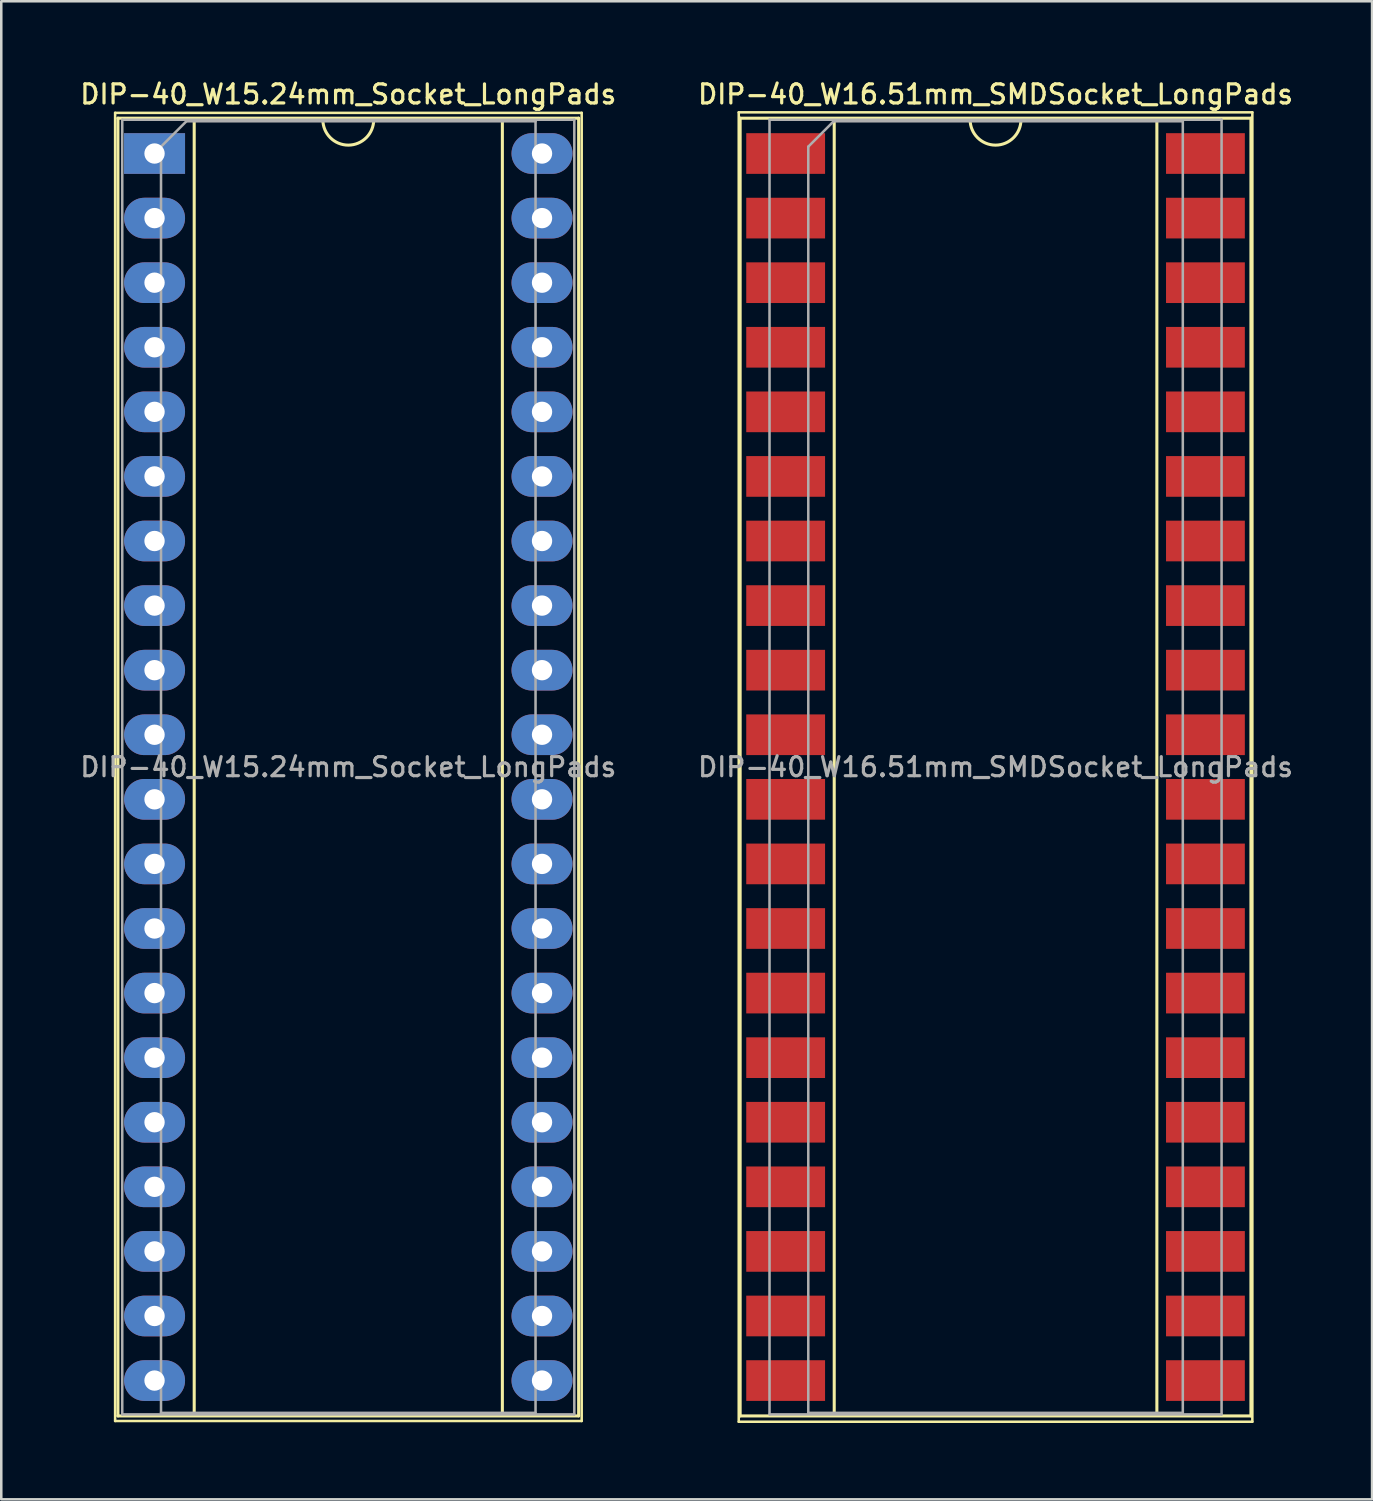
<source format=kicad_pcb>
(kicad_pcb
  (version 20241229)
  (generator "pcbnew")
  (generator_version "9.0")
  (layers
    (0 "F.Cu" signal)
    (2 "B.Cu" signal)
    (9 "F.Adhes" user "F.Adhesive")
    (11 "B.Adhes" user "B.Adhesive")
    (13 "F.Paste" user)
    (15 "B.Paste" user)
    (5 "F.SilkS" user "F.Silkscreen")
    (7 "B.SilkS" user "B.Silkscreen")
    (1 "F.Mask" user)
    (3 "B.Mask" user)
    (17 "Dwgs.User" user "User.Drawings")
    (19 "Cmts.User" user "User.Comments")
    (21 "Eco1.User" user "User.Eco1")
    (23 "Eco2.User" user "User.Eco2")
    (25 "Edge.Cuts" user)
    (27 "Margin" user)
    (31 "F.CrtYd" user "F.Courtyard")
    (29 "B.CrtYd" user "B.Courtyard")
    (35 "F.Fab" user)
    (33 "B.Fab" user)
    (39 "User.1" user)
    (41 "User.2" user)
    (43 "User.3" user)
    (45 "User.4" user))
  (footprint "DIP-40_W16.51mm_SMDSocket_LongPads"
    (layer "F.Cu")
    (at 36.105 27.118)
    (property "Reference" "DIP-40_W16.51mm_SMDSocket_LongPads" (at 0 -26.46 0) (layer "F.SilkS") (effects (font (size 0.75 0.75) (thickness 0.125))))
    (attr smd)
    (fp_line (start -10.1 -25.75) (end -10.1 25.75) (stroke (width 0.1) (type solid)) (layer "F.SilkS"))
    (fp_line (start -10.1 25.75) (end 10.1 25.75) (stroke (width 0.1) (type solid)) (layer "F.SilkS"))
    (fp_line (start -10.045 -25.52) (end -10.045 25.52) (stroke (width 0.12) (type solid)) (layer "F.SilkS"))
    (fp_line (start -10.045 25.52) (end 10.045 25.52) (stroke (width 0.12) (type solid)) (layer "F.SilkS"))
    (fp_line (start -6.345 -25.46) (end -6.345 25.46) (stroke (width 0.12) (type solid)) (layer "F.SilkS"))
    (fp_line (start -6.345 25.46) (end 6.345 25.46) (stroke (width 0.12) (type solid)) (layer "F.SilkS"))
    (fp_line (start -1 -25.46) (end -6.345 -25.46) (stroke (width 0.12) (type solid)) (layer "F.SilkS"))
    (fp_line (start 6.345 -25.46) (end 1 -25.46) (stroke (width 0.12) (type solid)) (layer "F.SilkS"))
    (fp_line (start 6.345 25.46) (end 6.345 -25.46) (stroke (width 0.12) (type solid)) (layer "F.SilkS"))
    (fp_line (start 10.045 -25.52) (end -10.045 -25.52) (stroke (width 0.12) (type solid)) (layer "F.SilkS"))
    (fp_line (start 10.045 25.52) (end 10.045 -25.52) (stroke (width 0.12) (type solid)) (layer "F.SilkS"))
    (fp_line (start 10.1 -25.75) (end -10.1 -25.75) (stroke (width 0.1) (type solid)) (layer "F.SilkS"))
    (fp_line (start 10.1 25.75) (end 10.1 -25.75) (stroke (width 0.1) (type solid)) (layer "F.SilkS"))
    (fp_arc (start 1 -25.46) (mid 0 -24.46) (end -1 -25.46) (stroke (width 0.12) (type solid)) (layer "F.SilkS"))
    (fp_line (start -8.89 -25.46) (end -8.89 25.46) (stroke (width 0.1) (type solid)) (layer "F.Fab"))
    (fp_line (start -8.89 25.46) (end 8.89 25.46) (stroke (width 0.1) (type solid)) (layer "F.Fab"))
    (fp_line (start -7.365 -24.4) (end -6.365 -25.4) (stroke (width 0.1) (type solid)) (layer "F.Fab"))
    (fp_line (start -7.365 25.4) (end -7.365 -24.4) (stroke (width 0.1) (type solid)) (layer "F.Fab"))
    (fp_line (start -6.365 -25.4) (end 7.365 -25.4) (stroke (width 0.1) (type solid)) (layer "F.Fab"))
    (fp_line (start 7.365 -25.4) (end 7.365 25.4) (stroke (width 0.1) (type solid)) (layer "F.Fab"))
    (fp_line (start 7.365 25.4) (end -7.365 25.4) (stroke (width 0.1) (type solid)) (layer "F.Fab"))
    (fp_line (start 8.89 -25.46) (end -8.89 -25.46) (stroke (width 0.1) (type solid)) (layer "F.Fab"))
    (fp_line (start 8.89 25.46) (end 8.89 -25.46) (stroke (width 0.1) (type solid)) (layer "F.Fab"))
    (fp_text user "${REFERENCE}" (at 0 0 0) (layer "F.Fab") (effects (font (size 0.75 0.75) (thickness 0.125))))
    (pad "1" smd rect (at -8.255 -24.13) (size 3.1 1.6) (layers "F.Cu" "F.Mask" "F.Paste"))
    (pad "2" smd rect (at -8.255 -21.59) (size 3.1 1.6) (layers "F.Cu" "F.Mask" "F.Paste"))
    (pad "3" smd rect (at -8.255 -19.05) (size 3.1 1.6) (layers "F.Cu" "F.Mask" "F.Paste"))
    (pad "4" smd rect (at -8.255 -16.51) (size 3.1 1.6) (layers "F.Cu" "F.Mask" "F.Paste"))
    (pad "5" smd rect (at -8.255 -13.97) (size 3.1 1.6) (layers "F.Cu" "F.Mask" "F.Paste"))
    (pad "6" smd rect (at -8.255 -11.43) (size 3.1 1.6) (layers "F.Cu" "F.Mask" "F.Paste"))
    (pad "7" smd rect (at -8.255 -8.89) (size 3.1 1.6) (layers "F.Cu" "F.Mask" "F.Paste"))
    (pad "8" smd rect (at -8.255 -6.35) (size 3.1 1.6) (layers "F.Cu" "F.Mask" "F.Paste"))
    (pad "9" smd rect (at -8.255 -3.81) (size 3.1 1.6) (layers "F.Cu" "F.Mask" "F.Paste"))
    (pad "10" smd rect (at -8.255 -1.27) (size 3.1 1.6) (layers "F.Cu" "F.Mask" "F.Paste"))
    (pad "11" smd rect (at -8.255 1.27) (size 3.1 1.6) (layers "F.Cu" "F.Mask" "F.Paste"))
    (pad "12" smd rect (at -8.255 3.81) (size 3.1 1.6) (layers "F.Cu" "F.Mask" "F.Paste"))
    (pad "13" smd rect (at -8.255 6.35) (size 3.1 1.6) (layers "F.Cu" "F.Mask" "F.Paste"))
    (pad "14" smd rect (at -8.255 8.89) (size 3.1 1.6) (layers "F.Cu" "F.Mask" "F.Paste"))
    (pad "15" smd rect (at -8.255 11.43) (size 3.1 1.6) (layers "F.Cu" "F.Mask" "F.Paste"))
    (pad "16" smd rect (at -8.255 13.97) (size 3.1 1.6) (layers "F.Cu" "F.Mask" "F.Paste"))
    (pad "17" smd rect (at -8.255 16.51) (size 3.1 1.6) (layers "F.Cu" "F.Mask" "F.Paste"))
    (pad "18" smd rect (at -8.255 19.05) (size 3.1 1.6) (layers "F.Cu" "F.Mask" "F.Paste"))
    (pad "19" smd rect (at -8.255 21.59) (size 3.1 1.6) (layers "F.Cu" "F.Mask" "F.Paste"))
    (pad "20" smd rect (at -8.255 24.13) (size 3.1 1.6) (layers "F.Cu" "F.Mask" "F.Paste"))
    (pad "21" smd rect (at 8.255 24.13) (size 3.1 1.6) (layers "F.Cu" "F.Mask" "F.Paste"))
    (pad "22" smd rect (at 8.255 21.59) (size 3.1 1.6) (layers "F.Cu" "F.Mask" "F.Paste"))
    (pad "23" smd rect (at 8.255 19.05) (size 3.1 1.6) (layers "F.Cu" "F.Mask" "F.Paste"))
    (pad "24" smd rect (at 8.255 16.51) (size 3.1 1.6) (layers "F.Cu" "F.Mask" "F.Paste"))
    (pad "25" smd rect (at 8.255 13.97) (size 3.1 1.6) (layers "F.Cu" "F.Mask" "F.Paste"))
    (pad "26" smd rect (at 8.255 11.43) (size 3.1 1.6) (layers "F.Cu" "F.Mask" "F.Paste"))
    (pad "27" smd rect (at 8.255 8.89) (size 3.1 1.6) (layers "F.Cu" "F.Mask" "F.Paste"))
    (pad "28" smd rect (at 8.255 6.35) (size 3.1 1.6) (layers "F.Cu" "F.Mask" "F.Paste"))
    (pad "29" smd rect (at 8.255 3.81) (size 3.1 1.6) (layers "F.Cu" "F.Mask" "F.Paste"))
    (pad "30" smd rect (at 8.255 1.27) (size 3.1 1.6) (layers "F.Cu" "F.Mask" "F.Paste"))
    (pad "31" smd rect (at 8.255 -1.27) (size 3.1 1.6) (layers "F.Cu" "F.Mask" "F.Paste"))
    (pad "32" smd rect (at 8.255 -3.81) (size 3.1 1.6) (layers "F.Cu" "F.Mask" "F.Paste"))
    (pad "33" smd rect (at 8.255 -6.35) (size 3.1 1.6) (layers "F.Cu" "F.Mask" "F.Paste"))
    (pad "34" smd rect (at 8.255 -8.89) (size 3.1 1.6) (layers "F.Cu" "F.Mask" "F.Paste"))
    (pad "35" smd rect (at 8.255 -11.43) (size 3.1 1.6) (layers "F.Cu" "F.Mask" "F.Paste"))
    (pad "36" smd rect (at 8.255 -13.97) (size 3.1 1.6) (layers "F.Cu" "F.Mask" "F.Paste"))
    (pad "37" smd rect (at 8.255 -16.51) (size 3.1 1.6) (layers "F.Cu" "F.Mask" "F.Paste"))
    (pad "38" smd rect (at 8.255 -19.05) (size 3.1 1.6) (layers "F.Cu" "F.Mask" "F.Paste"))
    (pad "39" smd rect (at 8.255 -21.59) (size 3.1 1.6) (layers "F.Cu" "F.Mask" "F.Paste"))
    (pad "40" smd rect (at 8.255 -24.13) (size 3.1 1.6) (layers "F.Cu" "F.Mask" "F.Paste")))
  (footprint "DIP-40_W15.24mm_Socket_LongPads"
    (layer "F.Cu")
    (at 3.028 2.988)
    (property "Reference" "DIP-40_W15.24mm_Socket_LongPads" (at 7.62 -2.33 0) (layer "F.SilkS") (effects (font (size 0.75 0.75) (thickness 0.125))))
    (attr through_hole)
    (fp_line (start -1.55 -1.6) (end -1.55 49.85) (stroke (width 0.1) (type solid)) (layer "F.SilkS"))
    (fp_line (start -1.55 49.85) (end 16.8 49.85) (stroke (width 0.1) (type solid)) (layer "F.SilkS"))
    (fp_line (start -1.44 -1.39) (end -1.44 49.65) (stroke (width 0.12) (type solid)) (layer "F.SilkS"))
    (fp_line (start -1.44 49.65) (end 16.68 49.65) (stroke (width 0.12) (type solid)) (layer "F.SilkS"))
    (fp_line (start 1.56 -1.33) (end 1.56 49.59) (stroke (width 0.12) (type solid)) (layer "F.SilkS"))
    (fp_line (start 1.56 49.59) (end 13.68 49.59) (stroke (width 0.12) (type solid)) (layer "F.SilkS"))
    (fp_line (start 6.62 -1.33) (end 1.56 -1.33) (stroke (width 0.12) (type solid)) (layer "F.SilkS"))
    (fp_line (start 13.68 -1.33) (end 8.62 -1.33) (stroke (width 0.12) (type solid)) (layer "F.SilkS"))
    (fp_line (start 13.68 49.59) (end 13.68 -1.33) (stroke (width 0.12) (type solid)) (layer "F.SilkS"))
    (fp_line (start 16.68 -1.39) (end -1.44 -1.39) (stroke (width 0.12) (type solid)) (layer "F.SilkS"))
    (fp_line (start 16.68 49.65) (end 16.68 -1.39) (stroke (width 0.12) (type solid)) (layer "F.SilkS"))
    (fp_line (start 16.8 -1.6) (end -1.55 -1.6) (stroke (width 0.1) (type solid)) (layer "F.SilkS"))
    (fp_line (start 16.8 49.85) (end 16.8 -1.6) (stroke (width 0.1) (type solid)) (layer "F.SilkS"))
    (fp_arc (start 8.62 -1.33) (mid 7.62 -0.33) (end 6.62 -1.33) (stroke (width 0.12) (type solid)) (layer "F.SilkS"))
    (fp_line (start -1.27 -1.33) (end -1.27 49.59) (stroke (width 0.1) (type solid)) (layer "F.Fab"))
    (fp_line (start -1.27 49.59) (end 16.51 49.59) (stroke (width 0.1) (type solid)) (layer "F.Fab"))
    (fp_line (start 0.255 -0.27) (end 1.255 -1.27) (stroke (width 0.1) (type solid)) (layer "F.Fab"))
    (fp_line (start 0.255 49.53) (end 0.255 -0.27) (stroke (width 0.1) (type solid)) (layer "F.Fab"))
    (fp_line (start 1.255 -1.27) (end 14.985 -1.27) (stroke (width 0.1) (type solid)) (layer "F.Fab"))
    (fp_line (start 14.985 -1.27) (end 14.985 49.53) (stroke (width 0.1) (type solid)) (layer "F.Fab"))
    (fp_line (start 14.985 49.53) (end 0.255 49.53) (stroke (width 0.1) (type solid)) (layer "F.Fab"))
    (fp_line (start 16.51 -1.33) (end -1.27 -1.33) (stroke (width 0.1) (type solid)) (layer "F.Fab"))
    (fp_line (start 16.51 49.59) (end 16.51 -1.33) (stroke (width 0.1) (type solid)) (layer "F.Fab"))
    (fp_text user "${REFERENCE}" (at 7.62 24.13 0) (layer "F.Fab") (effects (font (size 0.75 0.75) (thickness 0.125))))
    (pad "1" thru_hole rect (at 0 0) (size 2.4 1.6) (drill 0.8) (layers "*.Cu" "*.Mask"))
    (pad "2" thru_hole oval (at 0 2.54) (size 2.4 1.6) (drill 0.8) (layers "*.Cu" "*.Mask"))
    (pad "3" thru_hole oval (at 0 5.08) (size 2.4 1.6) (drill 0.8) (layers "*.Cu" "*.Mask"))
    (pad "4" thru_hole oval (at 0 7.62) (size 2.4 1.6) (drill 0.8) (layers "*.Cu" "*.Mask"))
    (pad "5" thru_hole oval (at 0 10.16) (size 2.4 1.6) (drill 0.8) (layers "*.Cu" "*.Mask"))
    (pad "6" thru_hole oval (at 0 12.7) (size 2.4 1.6) (drill 0.8) (layers "*.Cu" "*.Mask"))
    (pad "7" thru_hole oval (at 0 15.24) (size 2.4 1.6) (drill 0.8) (layers "*.Cu" "*.Mask"))
    (pad "8" thru_hole oval (at 0 17.78) (size 2.4 1.6) (drill 0.8) (layers "*.Cu" "*.Mask"))
    (pad "9" thru_hole oval (at 0 20.32) (size 2.4 1.6) (drill 0.8) (layers "*.Cu" "*.Mask"))
    (pad "10" thru_hole oval (at 0 22.86) (size 2.4 1.6) (drill 0.8) (layers "*.Cu" "*.Mask"))
    (pad "11" thru_hole oval (at 0 25.4) (size 2.4 1.6) (drill 0.8) (layers "*.Cu" "*.Mask"))
    (pad "12" thru_hole oval (at 0 27.94) (size 2.4 1.6) (drill 0.8) (layers "*.Cu" "*.Mask"))
    (pad "13" thru_hole oval (at 0 30.48) (size 2.4 1.6) (drill 0.8) (layers "*.Cu" "*.Mask"))
    (pad "14" thru_hole oval (at 0 33.02) (size 2.4 1.6) (drill 0.8) (layers "*.Cu" "*.Mask"))
    (pad "15" thru_hole oval (at 0 35.56) (size 2.4 1.6) (drill 0.8) (layers "*.Cu" "*.Mask"))
    (pad "16" thru_hole oval (at 0 38.1) (size 2.4 1.6) (drill 0.8) (layers "*.Cu" "*.Mask"))
    (pad "17" thru_hole oval (at 0 40.64) (size 2.4 1.6) (drill 0.8) (layers "*.Cu" "*.Mask"))
    (pad "18" thru_hole oval (at 0 43.18) (size 2.4 1.6) (drill 0.8) (layers "*.Cu" "*.Mask"))
    (pad "19" thru_hole oval (at 0 45.72) (size 2.4 1.6) (drill 0.8) (layers "*.Cu" "*.Mask"))
    (pad "20" thru_hole oval (at 0 48.26) (size 2.4 1.6) (drill 0.8) (layers "*.Cu" "*.Mask"))
    (pad "21" thru_hole oval (at 15.24 48.26) (size 2.4 1.6) (drill 0.8) (layers "*.Cu" "*.Mask"))
    (pad "22" thru_hole oval (at 15.24 45.72) (size 2.4 1.6) (drill 0.8) (layers "*.Cu" "*.Mask"))
    (pad "23" thru_hole oval (at 15.24 43.18) (size 2.4 1.6) (drill 0.8) (layers "*.Cu" "*.Mask"))
    (pad "24" thru_hole oval (at 15.24 40.64) (size 2.4 1.6) (drill 0.8) (layers "*.Cu" "*.Mask"))
    (pad "25" thru_hole oval (at 15.24 38.1) (size 2.4 1.6) (drill 0.8) (layers "*.Cu" "*.Mask"))
    (pad "26" thru_hole oval (at 15.24 35.56) (size 2.4 1.6) (drill 0.8) (layers "*.Cu" "*.Mask"))
    (pad "27" thru_hole oval (at 15.24 33.02) (size 2.4 1.6) (drill 0.8) (layers "*.Cu" "*.Mask"))
    (pad "28" thru_hole oval (at 15.24 30.48) (size 2.4 1.6) (drill 0.8) (layers "*.Cu" "*.Mask"))
    (pad "29" thru_hole oval (at 15.24 27.94) (size 2.4 1.6) (drill 0.8) (layers "*.Cu" "*.Mask"))
    (pad "30" thru_hole oval (at 15.24 25.4) (size 2.4 1.6) (drill 0.8) (layers "*.Cu" "*.Mask"))
    (pad "31" thru_hole oval (at 15.24 22.86) (size 2.4 1.6) (drill 0.8) (layers "*.Cu" "*.Mask"))
    (pad "32" thru_hole oval (at 15.24 20.32) (size 2.4 1.6) (drill 0.8) (layers "*.Cu" "*.Mask"))
    (pad "33" thru_hole oval (at 15.24 17.78) (size 2.4 1.6) (drill 0.8) (layers "*.Cu" "*.Mask"))
    (pad "34" thru_hole oval (at 15.24 15.24) (size 2.4 1.6) (drill 0.8) (layers "*.Cu" "*.Mask"))
    (pad "35" thru_hole oval (at 15.24 12.7) (size 2.4 1.6) (drill 0.8) (layers "*.Cu" "*.Mask"))
    (pad "36" thru_hole oval (at 15.24 10.16) (size 2.4 1.6) (drill 0.8) (layers "*.Cu" "*.Mask"))
    (pad "37" thru_hole oval (at 15.24 7.62) (size 2.4 1.6) (drill 0.8) (layers "*.Cu" "*.Mask"))
    (pad "38" thru_hole oval (at 15.24 5.08) (size 2.4 1.6) (drill 0.8) (layers "*.Cu" "*.Mask"))
    (pad "39" thru_hole oval (at 15.24 2.54) (size 2.4 1.6) (drill 0.8) (layers "*.Cu" "*.Mask"))
    (pad "40" thru_hole oval (at 15.24 0) (size 2.4 1.6) (drill 0.8) (layers "*.Cu" "*.Mask")))
  (gr_rect
    (start -3 -3)
    (end 50.914 55.918)
    (stroke (width 0.1) (type default))
    (fill no)
    (layer "Edge.Cuts")))
</source>
